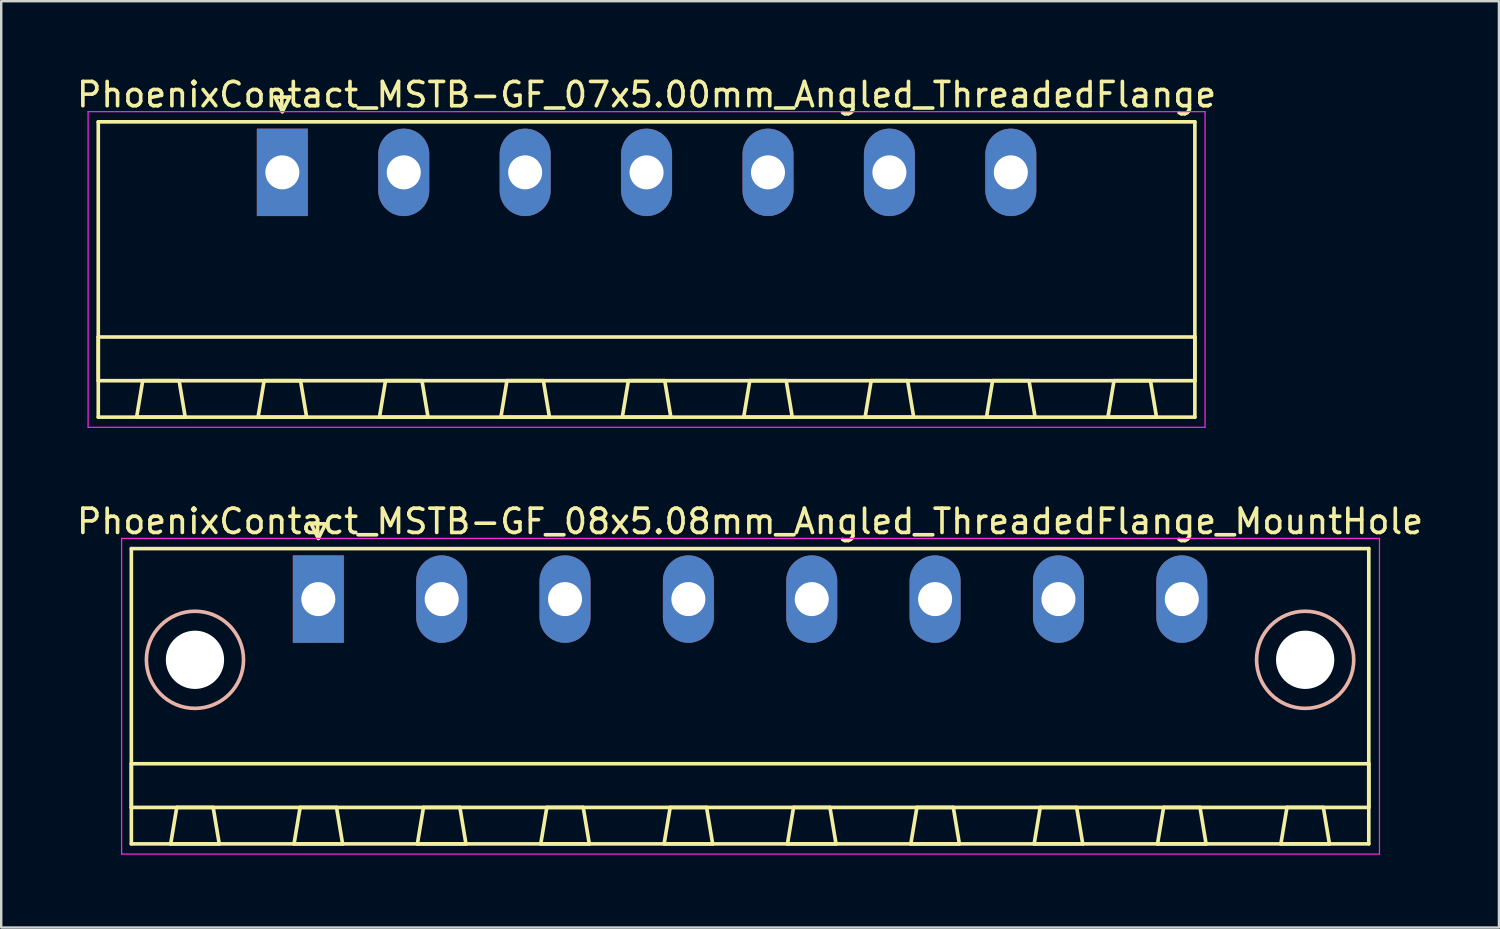
<source format=kicad_pcb>
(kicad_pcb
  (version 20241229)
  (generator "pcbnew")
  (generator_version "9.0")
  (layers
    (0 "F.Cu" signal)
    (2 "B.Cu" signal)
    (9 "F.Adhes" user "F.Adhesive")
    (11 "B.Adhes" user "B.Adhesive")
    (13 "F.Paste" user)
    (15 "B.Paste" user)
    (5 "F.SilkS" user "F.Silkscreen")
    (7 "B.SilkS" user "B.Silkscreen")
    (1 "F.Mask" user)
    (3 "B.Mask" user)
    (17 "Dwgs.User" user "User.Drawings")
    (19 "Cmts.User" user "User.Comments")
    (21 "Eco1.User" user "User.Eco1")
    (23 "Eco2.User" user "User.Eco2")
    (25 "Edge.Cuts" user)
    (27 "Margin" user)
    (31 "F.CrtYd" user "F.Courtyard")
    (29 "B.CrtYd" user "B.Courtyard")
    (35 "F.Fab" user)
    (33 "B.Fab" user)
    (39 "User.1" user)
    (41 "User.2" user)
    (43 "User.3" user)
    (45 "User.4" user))
  (footprint "PhoenixContact_MSTB-GF_08x5.08mm_Angled_ThreadedFlange_MountHole"
    (layer "F.Cu")
    (at 10.059 21.622)
    (property "Reference" "PhoenixContact_MSTB-GF_08x5.08mm_Angled_ThreadedFlange_MountHole" (at 17.78 -3.2 0) (layer "F.SilkS") (effects (font (size 1 1) (thickness 0.15))))
    (attr through_hole)
    (fp_line (start -7.7 -2.08) (end -7.7 10.08) (stroke (width 0.15) (type solid)) (layer "F.SilkS"))
    (fp_line (start -7.7 6.78) (end 43.26 6.78) (stroke (width 0.15) (type solid)) (layer "F.SilkS"))
    (fp_line (start -7.7 8.58) (end -7.7 6.78) (stroke (width 0.15) (type solid)) (layer "F.SilkS"))
    (fp_line (start -7.7 10.08) (end 43.26 10.08) (stroke (width 0.15) (type solid)) (layer "F.SilkS"))
    (fp_line (start -6.08 10.08) (end -4.08 10.08) (stroke (width 0.15) (type solid)) (layer "F.SilkS"))
    (fp_line (start -5.83 8.58) (end -6.08 10.08) (stroke (width 0.15) (type solid)) (layer "F.SilkS"))
    (fp_line (start -4.33 8.58) (end -5.83 8.58) (stroke (width 0.15) (type solid)) (layer "F.SilkS"))
    (fp_line (start -4.08 10.08) (end -4.33 8.58) (stroke (width 0.15) (type solid)) (layer "F.SilkS"))
    (fp_line (start -1 10.08) (end 1 10.08) (stroke (width 0.15) (type solid)) (layer "F.SilkS"))
    (fp_line (start -0.75 8.58) (end -1 10.08) (stroke (width 0.15) (type solid)) (layer "F.SilkS"))
    (fp_line (start -0.3 -3.1) (end 0 -2.5) (stroke (width 0.15) (type solid)) (layer "F.SilkS"))
    (fp_line (start 0 -2.5) (end 0.3 -3.1) (stroke (width 0.15) (type solid)) (layer "F.SilkS"))
    (fp_line (start 0.3 -3.1) (end -0.3 -3.1) (stroke (width 0.15) (type solid)) (layer "F.SilkS"))
    (fp_line (start 0.75 8.58) (end -0.75 8.58) (stroke (width 0.15) (type solid)) (layer "F.SilkS"))
    (fp_line (start 1 10.08) (end 0.75 8.58) (stroke (width 0.15) (type solid)) (layer "F.SilkS"))
    (fp_line (start 4.08 10.08) (end 6.08 10.08) (stroke (width 0.15) (type solid)) (layer "F.SilkS"))
    (fp_line (start 4.33 8.58) (end 4.08 10.08) (stroke (width 0.15) (type solid)) (layer "F.SilkS"))
    (fp_line (start 5.83 8.58) (end 4.33 8.58) (stroke (width 0.15) (type solid)) (layer "F.SilkS"))
    (fp_line (start 6.08 10.08) (end 5.83 8.58) (stroke (width 0.15) (type solid)) (layer "F.SilkS"))
    (fp_line (start 9.16 10.08) (end 11.16 10.08) (stroke (width 0.15) (type solid)) (layer "F.SilkS"))
    (fp_line (start 9.41 8.58) (end 9.16 10.08) (stroke (width 0.15) (type solid)) (layer "F.SilkS"))
    (fp_line (start 10.91 8.58) (end 9.41 8.58) (stroke (width 0.15) (type solid)) (layer "F.SilkS"))
    (fp_line (start 11.16 10.08) (end 10.91 8.58) (stroke (width 0.15) (type solid)) (layer "F.SilkS"))
    (fp_line (start 14.24 10.08) (end 16.24 10.08) (stroke (width 0.15) (type solid)) (layer "F.SilkS"))
    (fp_line (start 14.49 8.58) (end 14.24 10.08) (stroke (width 0.15) (type solid)) (layer "F.SilkS"))
    (fp_line (start 15.99 8.58) (end 14.49 8.58) (stroke (width 0.15) (type solid)) (layer "F.SilkS"))
    (fp_line (start 16.24 10.08) (end 15.99 8.58) (stroke (width 0.15) (type solid)) (layer "F.SilkS"))
    (fp_line (start 19.32 10.08) (end 21.32 10.08) (stroke (width 0.15) (type solid)) (layer "F.SilkS"))
    (fp_line (start 19.57 8.58) (end 19.32 10.08) (stroke (width 0.15) (type solid)) (layer "F.SilkS"))
    (fp_line (start 21.07 8.58) (end 19.57 8.58) (stroke (width 0.15) (type solid)) (layer "F.SilkS"))
    (fp_line (start 21.32 10.08) (end 21.07 8.58) (stroke (width 0.15) (type solid)) (layer "F.SilkS"))
    (fp_line (start 24.4 10.08) (end 26.4 10.08) (stroke (width 0.15) (type solid)) (layer "F.SilkS"))
    (fp_line (start 24.65 8.58) (end 24.4 10.08) (stroke (width 0.15) (type solid)) (layer "F.SilkS"))
    (fp_line (start 26.15 8.58) (end 24.65 8.58) (stroke (width 0.15) (type solid)) (layer "F.SilkS"))
    (fp_line (start 26.4 10.08) (end 26.15 8.58) (stroke (width 0.15) (type solid)) (layer "F.SilkS"))
    (fp_line (start 29.48 10.08) (end 31.48 10.08) (stroke (width 0.15) (type solid)) (layer "F.SilkS"))
    (fp_line (start 29.73 8.58) (end 29.48 10.08) (stroke (width 0.15) (type solid)) (layer "F.SilkS"))
    (fp_line (start 31.23 8.58) (end 29.73 8.58) (stroke (width 0.15) (type solid)) (layer "F.SilkS"))
    (fp_line (start 31.48 10.08) (end 31.23 8.58) (stroke (width 0.15) (type solid)) (layer "F.SilkS"))
    (fp_line (start 34.56 10.08) (end 36.56 10.08) (stroke (width 0.15) (type solid)) (layer "F.SilkS"))
    (fp_line (start 34.81 8.58) (end 34.56 10.08) (stroke (width 0.15) (type solid)) (layer "F.SilkS"))
    (fp_line (start 36.31 8.58) (end 34.81 8.58) (stroke (width 0.15) (type solid)) (layer "F.SilkS"))
    (fp_line (start 36.56 10.08) (end 36.31 8.58) (stroke (width 0.15) (type solid)) (layer "F.SilkS"))
    (fp_line (start 39.64 10.08) (end 41.64 10.08) (stroke (width 0.15) (type solid)) (layer "F.SilkS"))
    (fp_line (start 39.89 8.58) (end 39.64 10.08) (stroke (width 0.15) (type solid)) (layer "F.SilkS"))
    (fp_line (start 41.39 8.58) (end 39.89 8.58) (stroke (width 0.15) (type solid)) (layer "F.SilkS"))
    (fp_line (start 41.64 10.08) (end 41.39 8.58) (stroke (width 0.15) (type solid)) (layer "F.SilkS"))
    (fp_line (start 43.26 -2.08) (end -7.7 -2.08) (stroke (width 0.15) (type solid)) (layer "F.SilkS"))
    (fp_line (start 43.26 6.78) (end 43.26 8.58) (stroke (width 0.15) (type solid)) (layer "F.SilkS"))
    (fp_line (start 43.26 8.58) (end -7.7 8.58) (stroke (width 0.15) (type solid)) (layer "F.SilkS"))
    (fp_line (start 43.26 10.08) (end 43.26 -2.08) (stroke (width 0.15) (type solid)) (layer "F.SilkS"))
    (fp_circle (center -5.08 2.5) (end -3.08 2.5) (stroke (width 0.15) (type solid)) (fill no) (layer "B.SilkS"))
    (fp_circle (center 40.64 2.5) (end 42.64 2.5) (stroke (width 0.15) (type solid)) (fill no) (layer "B.SilkS"))
    (fp_line (start -8.1 -2.5) (end -8.1 10.5) (stroke (width 0.05) (type solid)) (layer "F.CrtYd"))
    (fp_line (start -8.1 10.5) (end 43.7 10.5) (stroke (width 0.05) (type solid)) (layer "F.CrtYd"))
    (fp_line (start 43.7 -2.5) (end -8.1 -2.5) (stroke (width 0.05) (type solid)) (layer "F.CrtYd"))
    (fp_line (start 43.7 10.5) (end 43.7 -2.5) (stroke (width 0.05) (type solid)) (layer "F.CrtYd"))
    (pad "" np_thru_hole circle (at -5.08 2.5) (size 2.4 2.4) (drill 2.4) (layers "*.Cu" "*.Mask"))
    (pad "" np_thru_hole circle (at 40.64 2.5) (size 2.4 2.4) (drill 2.4) (layers "*.Cu" "*.Mask"))
    (pad "1" thru_hole rect (at 0 0) (size 2.1 3.6) (drill 1.4) (layers "*.Cu" "*.Mask"))
    (pad "2" thru_hole oval (at 5.08 0) (size 2.1 3.6) (drill 1.4) (layers "*.Cu" "*.Mask"))
    (pad "3" thru_hole oval (at 10.16 0) (size 2.1 3.6) (drill 1.4) (layers "*.Cu" "*.Mask"))
    (pad "4" thru_hole oval (at 15.24 0) (size 2.1 3.6) (drill 1.4) (layers "*.Cu" "*.Mask"))
    (pad "5" thru_hole oval (at 20.32 0) (size 2.1 3.6) (drill 1.4) (layers "*.Cu" "*.Mask"))
    (pad "6" thru_hole oval (at 25.4 0) (size 2.1 3.6) (drill 1.4) (layers "*.Cu" "*.Mask"))
    (pad "7" thru_hole oval (at 30.48 0) (size 2.1 3.6) (drill 1.4) (layers "*.Cu" "*.Mask"))
    (pad "8" thru_hole oval (at 35.56 0) (size 2.1 3.6) (drill 1.4) (layers "*.Cu" "*.Mask")))
  (footprint "PhoenixContact_MSTB-GF_07x5.00mm_Angled_ThreadedFlange"
    (layer "F.Cu")
    (at 8.577 4.048)
    (property "Reference" "PhoenixContact_MSTB-GF_07x5.00mm_Angled_ThreadedFlange" (at 15 -3.2 0) (layer "F.SilkS") (effects (font (size 1 1) (thickness 0.15))))
    (attr through_hole)
    (fp_line (start -7.58 -2.08) (end -7.58 10.08) (stroke (width 0.15) (type solid)) (layer "F.SilkS"))
    (fp_line (start -7.58 6.78) (end 37.58 6.78) (stroke (width 0.15) (type solid)) (layer "F.SilkS"))
    (fp_line (start -7.58 8.58) (end -7.58 6.78) (stroke (width 0.15) (type solid)) (layer "F.SilkS"))
    (fp_line (start -7.58 10.08) (end 37.58 10.08) (stroke (width 0.15) (type solid)) (layer "F.SilkS"))
    (fp_line (start -6 10.08) (end -4 10.08) (stroke (width 0.15) (type solid)) (layer "F.SilkS"))
    (fp_line (start -5.75 8.58) (end -6 10.08) (stroke (width 0.15) (type solid)) (layer "F.SilkS"))
    (fp_line (start -4.25 8.58) (end -5.75 8.58) (stroke (width 0.15) (type solid)) (layer "F.SilkS"))
    (fp_line (start -4 10.08) (end -4.25 8.58) (stroke (width 0.15) (type solid)) (layer "F.SilkS"))
    (fp_line (start -1 10.08) (end 1 10.08) (stroke (width 0.15) (type solid)) (layer "F.SilkS"))
    (fp_line (start -0.75 8.58) (end -1 10.08) (stroke (width 0.15) (type solid)) (layer "F.SilkS"))
    (fp_line (start -0.3 -3.1) (end 0 -2.5) (stroke (width 0.15) (type solid)) (layer "F.SilkS"))
    (fp_line (start 0 -2.5) (end 0.3 -3.1) (stroke (width 0.15) (type solid)) (layer "F.SilkS"))
    (fp_line (start 0.3 -3.1) (end -0.3 -3.1) (stroke (width 0.15) (type solid)) (layer "F.SilkS"))
    (fp_line (start 0.75 8.58) (end -0.75 8.58) (stroke (width 0.15) (type solid)) (layer "F.SilkS"))
    (fp_line (start 1 10.08) (end 0.75 8.58) (stroke (width 0.15) (type solid)) (layer "F.SilkS"))
    (fp_line (start 4 10.08) (end 6 10.08) (stroke (width 0.15) (type solid)) (layer "F.SilkS"))
    (fp_line (start 4.25 8.58) (end 4 10.08) (stroke (width 0.15) (type solid)) (layer "F.SilkS"))
    (fp_line (start 5.75 8.58) (end 4.25 8.58) (stroke (width 0.15) (type solid)) (layer "F.SilkS"))
    (fp_line (start 6 10.08) (end 5.75 8.58) (stroke (width 0.15) (type solid)) (layer "F.SilkS"))
    (fp_line (start 9 10.08) (end 11 10.08) (stroke (width 0.15) (type solid)) (layer "F.SilkS"))
    (fp_line (start 9.25 8.58) (end 9 10.08) (stroke (width 0.15) (type solid)) (layer "F.SilkS"))
    (fp_line (start 10.75 8.58) (end 9.25 8.58) (stroke (width 0.15) (type solid)) (layer "F.SilkS"))
    (fp_line (start 11 10.08) (end 10.75 8.58) (stroke (width 0.15) (type solid)) (layer "F.SilkS"))
    (fp_line (start 14 10.08) (end 16 10.08) (stroke (width 0.15) (type solid)) (layer "F.SilkS"))
    (fp_line (start 14.25 8.58) (end 14 10.08) (stroke (width 0.15) (type solid)) (layer "F.SilkS"))
    (fp_line (start 15.75 8.58) (end 14.25 8.58) (stroke (width 0.15) (type solid)) (layer "F.SilkS"))
    (fp_line (start 16 10.08) (end 15.75 8.58) (stroke (width 0.15) (type solid)) (layer "F.SilkS"))
    (fp_line (start 19 10.08) (end 21 10.08) (stroke (width 0.15) (type solid)) (layer "F.SilkS"))
    (fp_line (start 19.25 8.58) (end 19 10.08) (stroke (width 0.15) (type solid)) (layer "F.SilkS"))
    (fp_line (start 20.75 8.58) (end 19.25 8.58) (stroke (width 0.15) (type solid)) (layer "F.SilkS"))
    (fp_line (start 21 10.08) (end 20.75 8.58) (stroke (width 0.15) (type solid)) (layer "F.SilkS"))
    (fp_line (start 24 10.08) (end 26 10.08) (stroke (width 0.15) (type solid)) (layer "F.SilkS"))
    (fp_line (start 24.25 8.58) (end 24 10.08) (stroke (width 0.15) (type solid)) (layer "F.SilkS"))
    (fp_line (start 25.75 8.58) (end 24.25 8.58) (stroke (width 0.15) (type solid)) (layer "F.SilkS"))
    (fp_line (start 26 10.08) (end 25.75 8.58) (stroke (width 0.15) (type solid)) (layer "F.SilkS"))
    (fp_line (start 29 10.08) (end 31 10.08) (stroke (width 0.15) (type solid)) (layer "F.SilkS"))
    (fp_line (start 29.25 8.58) (end 29 10.08) (stroke (width 0.15) (type solid)) (layer "F.SilkS"))
    (fp_line (start 30.75 8.58) (end 29.25 8.58) (stroke (width 0.15) (type solid)) (layer "F.SilkS"))
    (fp_line (start 31 10.08) (end 30.75 8.58) (stroke (width 0.15) (type solid)) (layer "F.SilkS"))
    (fp_line (start 34 10.08) (end 36 10.08) (stroke (width 0.15) (type solid)) (layer "F.SilkS"))
    (fp_line (start 34.25 8.58) (end 34 10.08) (stroke (width 0.15) (type solid)) (layer "F.SilkS"))
    (fp_line (start 35.75 8.58) (end 34.25 8.58) (stroke (width 0.15) (type solid)) (layer "F.SilkS"))
    (fp_line (start 36 10.08) (end 35.75 8.58) (stroke (width 0.15) (type solid)) (layer "F.SilkS"))
    (fp_line (start 37.58 -2.08) (end -7.58 -2.08) (stroke (width 0.15) (type solid)) (layer "F.SilkS"))
    (fp_line (start 37.58 6.78) (end 37.58 8.58) (stroke (width 0.15) (type solid)) (layer "F.SilkS"))
    (fp_line (start 37.58 8.58) (end -7.58 8.58) (stroke (width 0.15) (type solid)) (layer "F.SilkS"))
    (fp_line (start 37.58 10.08) (end 37.58 -2.08) (stroke (width 0.15) (type solid)) (layer "F.SilkS"))
    (fp_line (start -8 -2.5) (end -8 10.5) (stroke (width 0.05) (type solid)) (layer "F.CrtYd"))
    (fp_line (start -8 10.5) (end 38 10.5) (stroke (width 0.05) (type solid)) (layer "F.CrtYd"))
    (fp_line (start 38 -2.5) (end -8 -2.5) (stroke (width 0.05) (type solid)) (layer "F.CrtYd"))
    (fp_line (start 38 10.5) (end 38 -2.5) (stroke (width 0.05) (type solid)) (layer "F.CrtYd"))
    (pad "1" thru_hole rect (at 0 0) (size 2.1 3.6) (drill 1.4) (layers "*.Cu" "*.Mask"))
    (pad "2" thru_hole oval (at 5 0) (size 2.1 3.6) (drill 1.4) (layers "*.Cu" "*.Mask"))
    (pad "3" thru_hole oval (at 10 0) (size 2.1 3.6) (drill 1.4) (layers "*.Cu" "*.Mask"))
    (pad "4" thru_hole oval (at 15 0) (size 2.1 3.6) (drill 1.4) (layers "*.Cu" "*.Mask"))
    (pad "5" thru_hole oval (at 20 0) (size 2.1 3.6) (drill 1.4) (layers "*.Cu" "*.Mask"))
    (pad "6" thru_hole oval (at 25 0) (size 2.1 3.6) (drill 1.4) (layers "*.Cu" "*.Mask"))
    (pad "7" thru_hole oval (at 30 0) (size 2.1 3.6) (drill 1.4) (layers "*.Cu" "*.Mask")))
  (gr_rect
    (start -3 -3)
    (end 58.679 35.147)
    (stroke (width 0.1) (type default))
    (fill no)
    (layer "Edge.Cuts")))
</source>
